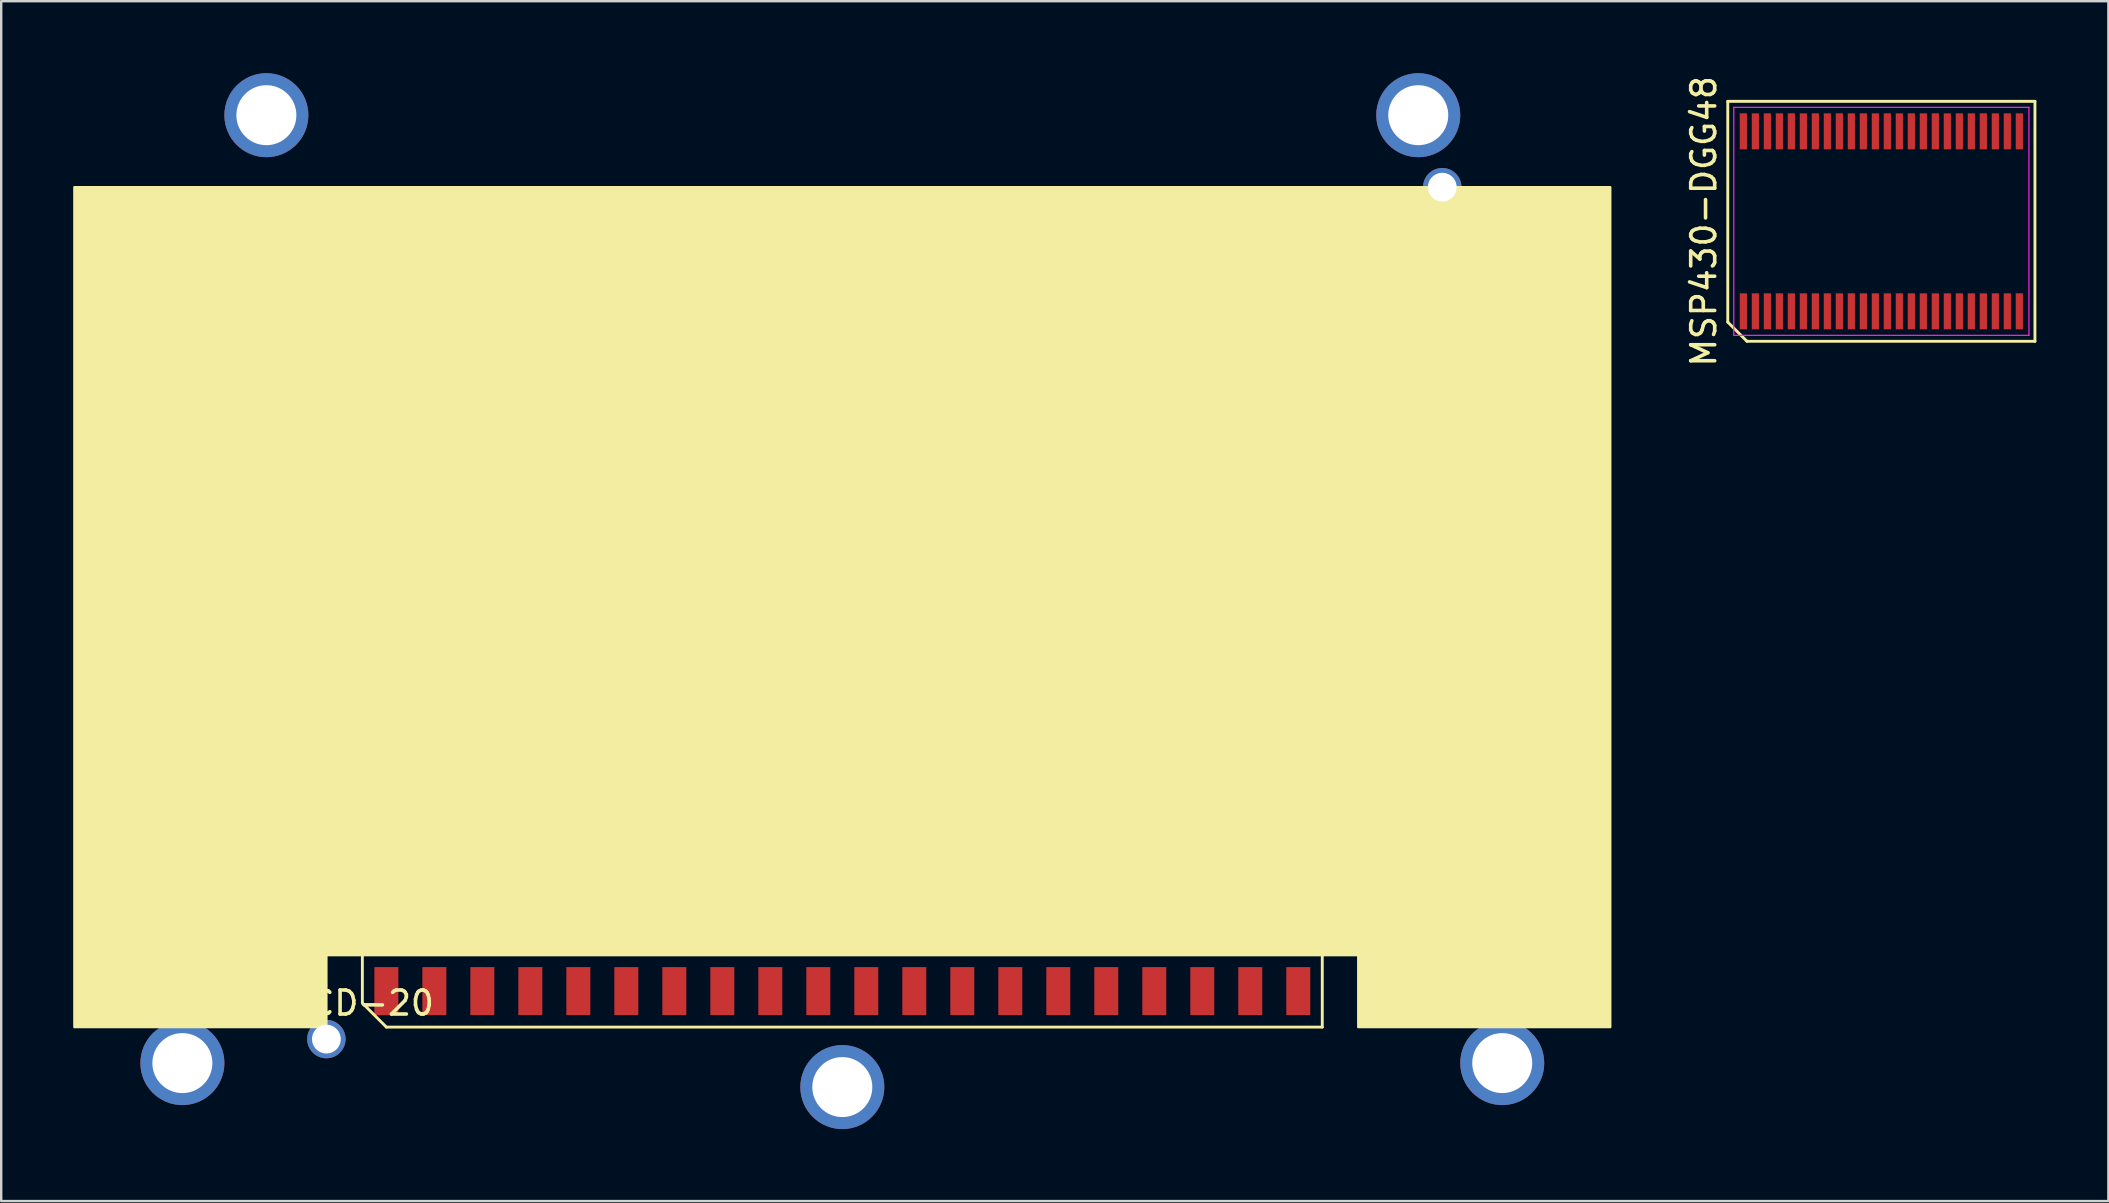
<source format=kicad_pcb>
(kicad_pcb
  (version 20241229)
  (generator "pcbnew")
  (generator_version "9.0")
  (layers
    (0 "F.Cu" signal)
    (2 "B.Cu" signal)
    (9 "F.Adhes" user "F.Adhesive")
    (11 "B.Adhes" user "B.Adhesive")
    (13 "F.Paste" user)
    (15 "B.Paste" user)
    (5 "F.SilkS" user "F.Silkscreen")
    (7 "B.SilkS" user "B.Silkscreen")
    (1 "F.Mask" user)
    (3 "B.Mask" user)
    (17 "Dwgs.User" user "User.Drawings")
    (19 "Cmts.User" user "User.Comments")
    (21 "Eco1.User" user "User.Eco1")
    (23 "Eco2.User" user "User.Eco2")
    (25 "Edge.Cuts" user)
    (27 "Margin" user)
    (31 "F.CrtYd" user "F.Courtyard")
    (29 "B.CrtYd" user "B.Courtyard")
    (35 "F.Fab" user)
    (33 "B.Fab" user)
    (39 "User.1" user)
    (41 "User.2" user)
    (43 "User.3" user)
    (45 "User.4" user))
  (footprint "MSP430-DGG48"
    (layer "F.Cu")
    (at 75.348 6.173)
    (property "Reference" "MSP430-DGG48" (at -7.4 0 90) (layer "F.SilkS") (effects (font (size 1 1) (thickness 0.15))))
    (attr smd)
    (fp_line (start -6.4 -5) (end 6.4 -5) (stroke (width 0.12) (type solid)) (layer "F.SilkS"))
    (fp_line (start -6.4 4.2) (end -6.4 -5) (stroke (width 0.12) (type solid)) (layer "F.SilkS"))
    (fp_line (start -5.6 5) (end -6.4 4.2) (stroke (width 0.12) (type solid)) (layer "F.SilkS"))
    (fp_line (start 6.4 -5) (end 6.4 5) (stroke (width 0.12) (type solid)) (layer "F.SilkS"))
    (fp_line (start 6.4 5) (end -5.6 5) (stroke (width 0.12) (type solid)) (layer "F.SilkS"))
    (fp_line (start -6.15 -4.75) (end 6.15 -4.75) (stroke (width 0.05) (type solid)) (layer "F.CrtYd"))
    (fp_line (start -6.15 4.75) (end -6.15 -4.75) (stroke (width 0.05) (type solid)) (layer "F.CrtYd"))
    (fp_line (start 6.15 -4.75) (end 6.15 4.75) (stroke (width 0.05) (type solid)) (layer "F.CrtYd"))
    (fp_line (start 6.15 4.75) (end -6.15 4.75) (stroke (width 0.05) (type solid)) (layer "F.CrtYd"))
    (pad "1" smd rect (at -5.75 3.75) (size 0.3 1.5) (layers "F.Cu" "F.Mask" "F.Paste"))
    (pad "2" smd rect (at -5.25 3.75) (size 0.3 1.5) (layers "F.Cu" "F.Mask" "F.Paste"))
    (pad "3" smd rect (at -4.75 3.75) (size 0.3 1.5) (layers "F.Cu" "F.Mask" "F.Paste"))
    (pad "4" smd rect (at -4.25 3.75) (size 0.3 1.5) (layers "F.Cu" "F.Mask" "F.Paste"))
    (pad "5" smd rect (at -3.75 3.75) (size 0.3 1.5) (layers "F.Cu" "F.Mask" "F.Paste"))
    (pad "6" smd rect (at -3.25 3.75) (size 0.3 1.5) (layers "F.Cu" "F.Mask" "F.Paste"))
    (pad "7" smd rect (at -2.75 3.75) (size 0.3 1.5) (layers "F.Cu" "F.Mask" "F.Paste"))
    (pad "8" smd rect (at -2.25 3.75) (size 0.3 1.5) (layers "F.Cu" "F.Mask" "F.Paste"))
    (pad "9" smd rect (at -1.75 3.75) (size 0.3 1.5) (layers "F.Cu" "F.Mask" "F.Paste"))
    (pad "10" smd rect (at -1.25 3.75) (size 0.3 1.5) (layers "F.Cu" "F.Mask" "F.Paste"))
    (pad "11" smd rect (at -0.75 3.75) (size 0.3 1.5) (layers "F.Cu" "F.Mask" "F.Paste"))
    (pad "12" smd rect (at -0.25 3.75) (size 0.3 1.5) (layers "F.Cu" "F.Mask" "F.Paste"))
    (pad "13" smd rect (at 0.25 3.75) (size 0.3 1.5) (layers "F.Cu" "F.Mask" "F.Paste"))
    (pad "14" smd rect (at 0.75 3.75) (size 0.3 1.5) (layers "F.Cu" "F.Mask" "F.Paste"))
    (pad "15" smd rect (at 1.25 3.75) (size 0.3 1.5) (layers "F.Cu" "F.Mask" "F.Paste"))
    (pad "16" smd rect (at 1.75 3.75) (size 0.3 1.5) (layers "F.Cu" "F.Mask" "F.Paste"))
    (pad "17" smd rect (at 2.25 3.75) (size 0.3 1.5) (layers "F.Cu" "F.Mask" "F.Paste"))
    (pad "18" smd rect (at 2.75 3.75) (size 0.3 1.5) (layers "F.Cu" "F.Mask" "F.Paste"))
    (pad "19" smd rect (at 3.25 3.75) (size 0.3 1.5) (layers "F.Cu" "F.Mask" "F.Paste"))
    (pad "20" smd rect (at 3.75 3.75) (size 0.3 1.5) (layers "F.Cu" "F.Mask" "F.Paste"))
    (pad "21" smd rect (at 4.25 3.75) (size 0.3 1.5) (layers "F.Cu" "F.Mask" "F.Paste"))
    (pad "22" smd rect (at 4.75 3.75) (size 0.3 1.5) (layers "F.Cu" "F.Mask" "F.Paste"))
    (pad "23" smd rect (at 5.25 3.75) (size 0.3 1.5) (layers "F.Cu" "F.Mask" "F.Paste"))
    (pad "24" smd rect (at 5.75 3.75) (size 0.3 1.5) (layers "F.Cu" "F.Mask" "F.Paste"))
    (pad "25" smd rect (at 5.75 -3.75) (size 0.3 1.5) (layers "F.Cu" "F.Mask" "F.Paste"))
    (pad "26" smd rect (at 5.25 -3.75) (size 0.3 1.5) (layers "F.Cu" "F.Mask" "F.Paste"))
    (pad "27" smd rect (at 4.75 -3.75) (size 0.3 1.5) (layers "F.Cu" "F.Mask" "F.Paste"))
    (pad "28" smd rect (at 4.25 -3.75) (size 0.3 1.5) (layers "F.Cu" "F.Mask" "F.Paste"))
    (pad "29" smd rect (at 3.75 -3.75) (size 0.3 1.5) (layers "F.Cu" "F.Mask" "F.Paste"))
    (pad "30" smd rect (at 3.25 -3.75) (size 0.3 1.5) (layers "F.Cu" "F.Mask" "F.Paste"))
    (pad "31" smd rect (at 2.75 -3.75) (size 0.3 1.5) (layers "F.Cu" "F.Mask" "F.Paste"))
    (pad "32" smd rect (at 2.25 -3.75) (size 0.3 1.5) (layers "F.Cu" "F.Mask" "F.Paste"))
    (pad "33" smd rect (at 1.75 -3.75) (size 0.3 1.5) (layers "F.Cu" "F.Mask" "F.Paste"))
    (pad "34" smd rect (at 1.25 -3.75) (size 0.3 1.5) (layers "F.Cu" "F.Mask" "F.Paste"))
    (pad "35" smd rect (at 0.75 -3.75) (size 0.3 1.5) (layers "F.Cu" "F.Mask" "F.Paste"))
    (pad "36" smd rect (at 0.25 -3.75) (size 0.3 1.5) (layers "F.Cu" "F.Mask" "F.Paste"))
    (pad "37" smd rect (at -0.25 -3.75) (size 0.3 1.5) (layers "F.Cu" "F.Mask" "F.Paste"))
    (pad "38" smd rect (at -0.75 -3.75) (size 0.3 1.5) (layers "F.Cu" "F.Mask" "F.Paste"))
    (pad "39" smd rect (at -1.25 -3.75) (size 0.3 1.5) (layers "F.Cu" "F.Mask" "F.Paste"))
    (pad "40" smd rect (at -1.75 -3.75) (size 0.3 1.5) (layers "F.Cu" "F.Mask" "F.Paste"))
    (pad "41" smd rect (at -2.25 -3.75) (size 0.3 1.5) (layers "F.Cu" "F.Mask" "F.Paste"))
    (pad "42" smd rect (at -2.75 -3.75) (size 0.3 1.5) (layers "F.Cu" "F.Mask" "F.Paste"))
    (pad "43" smd rect (at -3.25 -3.75) (size 0.3 1.5) (layers "F.Cu" "F.Mask" "F.Paste"))
    (pad "44" smd rect (at -3.75 -3.75) (size 0.3 1.5) (layers "F.Cu" "F.Mask" "F.Paste"))
    (pad "45" smd rect (at -4.25 -3.75) (size 0.3 1.5) (layers "F.Cu" "F.Mask" "F.Paste"))
    (pad "46" smd rect (at -4.75 -3.75) (size 0.3 1.5) (layers "F.Cu" "F.Mask" "F.Paste"))
    (pad "47" smd rect (at -5.25 -3.75) (size 0.3 1.5) (layers "F.Cu" "F.Mask" "F.Paste"))
    (pad "48" smd rect (at -5.75 -3.75) (size 0.3 1.5) (layers "F.Cu" "F.Mask" "F.Paste")))
  (footprint "LCD-20"
    (layer "F.Cu")
    (at 32.05 39.75)
    (property "Reference" "LCD-20" (at -20 -1 0) (layer "F.SilkS") (effects (font (size 1 1) (thickness 0.15))))
    (attr smd)
    (fp_line (start -20 -1) (end -20 -3) (stroke (width 0.12) (type solid)) (layer "F.SilkS"))
    (fp_line (start -19 0) (end -20 -1) (stroke (width 0.12) (type solid)) (layer "F.SilkS"))
    (fp_line (start 20 -3) (end 20 0) (stroke (width 0.12) (type solid)) (layer "F.SilkS"))
    (fp_line (start 20 0) (end -19 0) (stroke (width 0.12) (type solid)) (layer "F.SilkS"))
    (fp_poly (pts (xy -32 0) (xy -32 -35) (xy 32 -35) (xy 32 0) (xy 21.5 0) (xy 21.5 -3) (xy -21.5 -3) (xy -21.5 0)) (stroke (width 0.1) (type solid)) (fill yes) (layer "F.SilkS"))
    (pad "" np_thru_hole circle (at -27.5 1.5) (size 3.5 3.5) (drill 2.5) (layers "*.Cu" "*.Mask"))
    (pad "" np_thru_hole circle (at -24 -38) (size 3.5 3.5) (drill 2.5) (layers "*.Cu" "*.Mask"))
    (pad "" np_thru_hole circle (at -21.5 0.5) (size 1.6 1.6) (drill 1.2) (layers "*.Cu" "*.Mask"))
    (pad "" np_thru_hole circle (at 0 2.5) (size 3.5 3.5) (drill 2.5) (layers "*.Cu" "*.Mask"))
    (pad "" np_thru_hole circle (at 24 -38) (size 3.5 3.5) (drill 2.5) (layers "*.Cu" "*.Mask"))
    (pad "" np_thru_hole circle (at 25 -35) (size 1.6 1.6) (drill 1.2) (layers "*.Cu" "*.Mask"))
    (pad "" np_thru_hole circle (at 27.5 1.5) (size 3.5 3.5) (drill 2.5) (layers "*.Cu" "*.Mask"))
    (pad "1" smd rect (at -19 -1.5) (size 1 2) (layers "F.Cu" "F.Mask" "F.Paste"))
    (pad "2" smd rect (at -17 -1.5) (size 1 2) (layers "F.Cu" "F.Mask" "F.Paste"))
    (pad "3" smd rect (at -15 -1.5) (size 1 2) (layers "F.Cu" "F.Mask" "F.Paste"))
    (pad "4" smd rect (at -13 -1.5) (size 1 2) (layers "F.Cu" "F.Mask" "F.Paste"))
    (pad "5" smd rect (at -11 -1.5) (size 1 2) (layers "F.Cu" "F.Mask" "F.Paste"))
    (pad "6" smd rect (at -9 -1.5) (size 1 2) (layers "F.Cu" "F.Mask" "F.Paste"))
    (pad "7" smd rect (at -7 -1.5) (size 1 2) (layers "F.Cu" "F.Mask" "F.Paste"))
    (pad "8" smd rect (at -5 -1.5) (size 1 2) (layers "F.Cu" "F.Mask" "F.Paste"))
    (pad "9" smd rect (at -3 -1.5) (size 1 2) (layers "F.Cu" "F.Mask" "F.Paste"))
    (pad "10" smd rect (at -1 -1.5) (size 1 2) (layers "F.Cu" "F.Mask" "F.Paste"))
    (pad "11" smd rect (at 1 -1.5) (size 1 2) (layers "F.Cu" "F.Mask" "F.Paste"))
    (pad "12" smd rect (at 3 -1.5) (size 1 2) (layers "F.Cu" "F.Mask" "F.Paste"))
    (pad "13" smd rect (at 5 -1.5) (size 1 2) (layers "F.Cu" "F.Mask" "F.Paste"))
    (pad "14" smd rect (at 7 -1.5) (size 1 2) (layers "F.Cu" "F.Mask" "F.Paste"))
    (pad "15" smd rect (at 9 -1.5) (size 1 2) (layers "F.Cu" "F.Mask" "F.Paste"))
    (pad "16" smd rect (at 11 -1.5) (size 1 2) (layers "F.Cu" "F.Mask" "F.Paste"))
    (pad "17" smd rect (at 13 -1.5) (size 1 2) (layers "F.Cu" "F.Mask" "F.Paste"))
    (pad "18" smd rect (at 15 -1.5) (size 1 2) (layers "F.Cu" "F.Mask" "F.Paste"))
    (pad "19" smd rect (at 17 -1.5) (size 1 2) (layers "F.Cu" "F.Mask" "F.Paste"))
    (pad "20" smd rect (at 19 -1.5) (size 1 2) (layers "F.Cu" "F.Mask" "F.Paste")))
  (gr_rect
    (start -3 -3)
    (end 84.808 47)
    (stroke (width 0.1) (type default))
    (fill no)
    (layer "Edge.Cuts")))
</source>
